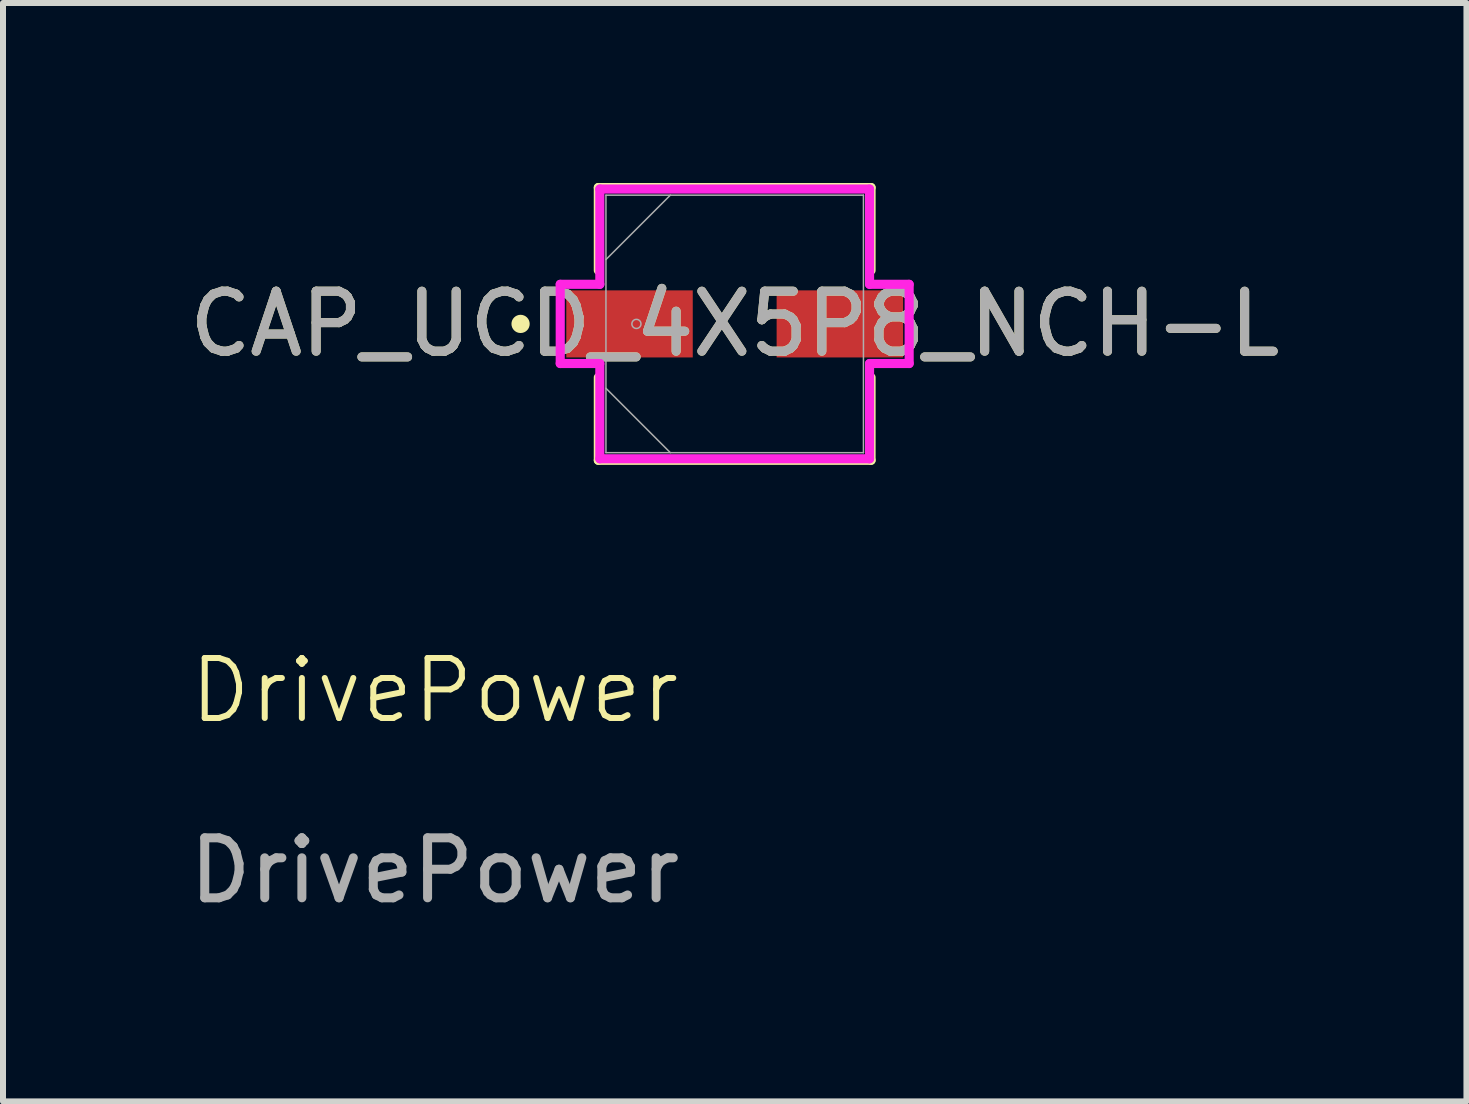
<source format=kicad_pcb>
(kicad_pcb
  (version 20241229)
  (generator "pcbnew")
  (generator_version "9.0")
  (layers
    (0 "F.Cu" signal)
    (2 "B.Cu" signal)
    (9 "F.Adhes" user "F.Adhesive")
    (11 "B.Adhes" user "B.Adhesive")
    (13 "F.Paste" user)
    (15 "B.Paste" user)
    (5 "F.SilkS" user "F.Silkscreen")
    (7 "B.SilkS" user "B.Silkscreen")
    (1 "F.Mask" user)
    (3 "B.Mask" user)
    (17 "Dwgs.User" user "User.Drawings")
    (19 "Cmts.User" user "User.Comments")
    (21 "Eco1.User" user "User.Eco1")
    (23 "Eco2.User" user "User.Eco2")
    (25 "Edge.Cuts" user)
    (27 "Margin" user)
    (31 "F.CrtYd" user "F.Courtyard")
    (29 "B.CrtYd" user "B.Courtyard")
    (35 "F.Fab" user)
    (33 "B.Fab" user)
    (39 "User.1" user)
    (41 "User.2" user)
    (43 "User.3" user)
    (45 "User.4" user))
  (footprint "CAP_UCD_4X5P8_NCH-L"
    (layer "F.Cu")
    (at 9.196 2.349)
    (property "Reference" "CAP_UCD_4X5P8_NCH-L" (at 0 0 0) (unlocked yes) (layer "F.SilkS") (effects (font (size 1 1) (thickness 0.15))))
    (attr smd)
    (fp_line (start -2.273 -2.273) (end -2.273 -0.892) (stroke (width 0.152) (type solid)) (layer "F.SilkS"))
    (fp_line (start -2.273 0.892) (end -2.273 2.273) (stroke (width 0.152) (type solid)) (layer "F.SilkS"))
    (fp_line (start -2.273 2.273) (end 2.273 2.273) (stroke (width 0.152) (type solid)) (layer "F.SilkS"))
    (fp_line (start 2.273 -2.273) (end -2.273 -2.273) (stroke (width 0.152) (type solid)) (layer "F.SilkS"))
    (fp_line (start 2.273 -0.892) (end 2.273 -2.273) (stroke (width 0.152) (type solid)) (layer "F.SilkS"))
    (fp_line (start 2.273 2.273) (end 2.273 0.892) (stroke (width 0.152) (type solid)) (layer "F.SilkS"))
    (fp_circle (center -3.569 0) (end -3.493 0) (stroke (width 0.152) (type solid)) (fill no) (layer "F.SilkS"))
    (fp_line (start -2.908 -0.66) (end -2.248 -0.66) (stroke (width 0.152) (type solid)) (layer "F.CrtYd"))
    (fp_line (start -2.908 0.66) (end -2.908 -0.66) (stroke (width 0.152) (type solid)) (layer "F.CrtYd"))
    (fp_line (start -2.248 -2.248) (end 2.248 -2.248) (stroke (width 0.152) (type solid)) (layer "F.CrtYd"))
    (fp_line (start -2.248 -0.66) (end -2.248 -2.248) (stroke (width 0.152) (type solid)) (layer "F.CrtYd"))
    (fp_line (start -2.248 0.66) (end -2.908 0.66) (stroke (width 0.152) (type solid)) (layer "F.CrtYd"))
    (fp_line (start -2.248 2.248) (end -2.248 0.66) (stroke (width 0.152) (type solid)) (layer "F.CrtYd"))
    (fp_line (start 2.248 -2.248) (end 2.248 -0.66) (stroke (width 0.152) (type solid)) (layer "F.CrtYd"))
    (fp_line (start 2.248 -0.66) (end 2.908 -0.66) (stroke (width 0.152) (type solid)) (layer "F.CrtYd"))
    (fp_line (start 2.248 0.66) (end 2.248 2.248) (stroke (width 0.152) (type solid)) (layer "F.CrtYd"))
    (fp_line (start 2.248 2.248) (end -2.248 2.248) (stroke (width 0.152) (type solid)) (layer "F.CrtYd"))
    (fp_line (start 2.908 -0.66) (end 2.908 0.66) (stroke (width 0.152) (type solid)) (layer "F.CrtYd"))
    (fp_line (start 2.908 0.66) (end 2.248 0.66) (stroke (width 0.152) (type solid)) (layer "F.CrtYd"))
    (fp_line (start -2.146 -2.146) (end -2.146 2.146) (stroke (width 0.025) (type solid)) (layer "F.Fab"))
    (fp_line (start -2.146 -1.073) (end -1.073 -2.146) (stroke (width 0.025) (type solid)) (layer "F.Fab"))
    (fp_line (start -2.146 1.073) (end -1.073 2.146) (stroke (width 0.025) (type solid)) (layer "F.Fab"))
    (fp_line (start -2.146 2.146) (end 2.146 2.146) (stroke (width 0.025) (type solid)) (layer "F.Fab"))
    (fp_line (start 2.146 -2.146) (end -2.146 -2.146) (stroke (width 0.025) (type solid)) (layer "F.Fab"))
    (fp_line (start 2.146 2.146) (end 2.146 -2.146) (stroke (width 0.025) (type solid)) (layer "F.Fab"))
    (fp_circle (center -1.638 0) (end -1.562 0) (stroke (width 0.025) (type solid)) (fill no) (layer "F.Fab"))
    (fp_text user "${REFERENCE}" (at 0 0 0) (unlocked yes) (layer "F.Fab") (effects (font (size 1 1) (thickness 0.15))))
    (pad "1" smd rect (at -1.753 0) (size 2.108 1.118) (layers "F.Cu" "F.Mask" "F.Paste"))
    (pad "2" smd rect (at 1.753 0) (size 2.108 1.118) (layers "F.Cu" "F.Mask" "F.Paste"))
    (zone (net_name "") (layer "F.Cu") (hatch full 0.508) (connect_pads) (min_thickness 0.254) (filled_areas_thickness no) (keepout (tracks not_allowed) (vias not_allowed) (pads allowed) (copperpour not_allowed) (footprints allowed)) (placement (enabled no)) (fill) (polygon (pts (xy 7.101 0.254) (xy 11.292 0.254) (xy 11.292 1.74) (xy 7.101 1.74))))
    (zone (net_name "") (layer "F.Cu") (hatch full 0.508) (connect_pads) (min_thickness 0.254) (filled_areas_thickness no) (keepout (tracks not_allowed) (vias not_allowed) (pads allowed) (copperpour not_allowed) (footprints allowed)) (placement (enabled no)) (fill) (polygon (pts (xy 7.101 2.959) (xy 11.292 2.959) (xy 11.292 4.445) (xy 7.101 4.445))))
    (zone (net_name "") (layer "F.Cu") (hatch full 0.508) (connect_pads) (min_thickness 0.254) (filled_areas_thickness no) (keepout (tracks not_allowed) (vias not_allowed) (pads allowed) (copperpour not_allowed) (footprints allowed)) (placement (enabled no)) (fill) (polygon (pts (xy 8.549 1.74) (xy 9.844 1.74) (xy 9.844 2.959) (xy 8.549 2.959)))))
  (footprint "DrivePower"
    (layer "F.Cu")
    (at 4.196 8.96)
    (property "Reference" "DrivePower" (at 0 -0.5 0) (unlocked yes) (layer "F.SilkS") (effects (font (size 1 1) (thickness 0.1))))
    (attr through_hole)
    (fp_text user "${REFERENCE}" (at 0 2.5 0) (unlocked yes) (layer "F.Fab") (effects (font (size 1 1) (thickness 0.15)))))
  (gr_rect
    (start -3 -3)
    (end 21.393 15.308)
    (stroke (width 0.1) (type default))
    (fill no)
    (layer "Edge.Cuts")))
</source>
